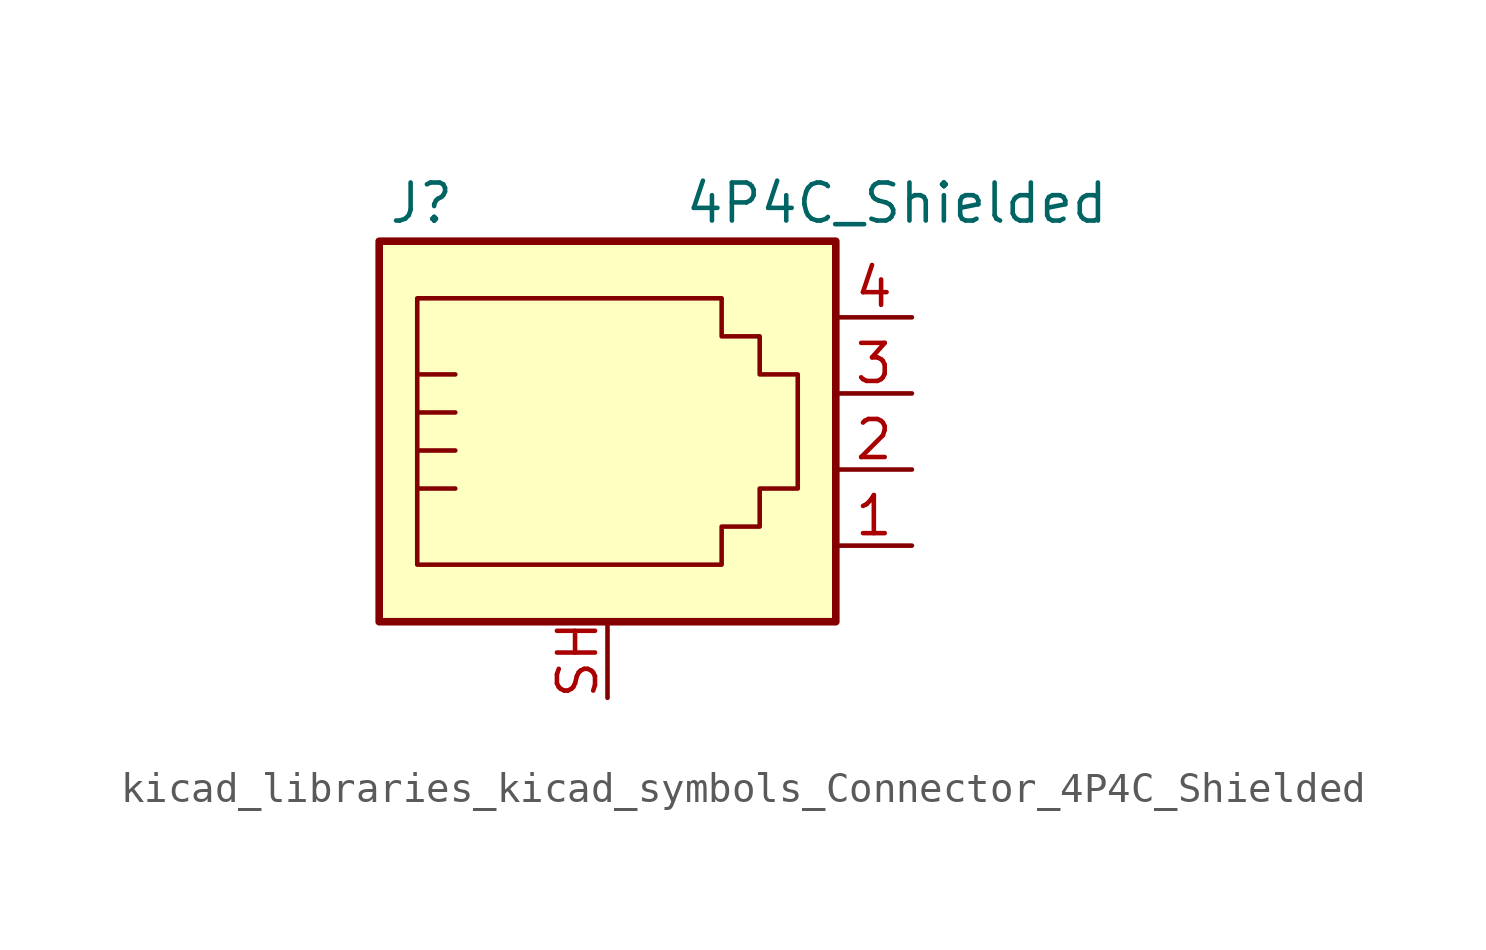
<source format=kicad_sym>
(kicad_symbol_lib
  (version 20220914)
  (generator kicad_symbol_editor)
  (symbol "kicad_libraries_kicad_symbols_Connector_4P4C_Shielded"
    (pin_names
      (offset 1.016))
    (property "Reference" "J"
      (at -5.08 8.89 0)
      (effects (font (size 1.27 1.27)) (justify right)))
    (property "Value" "4P4C_Shielded"
      (at 2.54 8.89 0)
      (effects (font (size 1.27 1.27)) (justify left)))
    (symbol "kicad_libraries_kicad_symbols_Connector_4P4C_Shielded_0_1"
      (polyline (pts (xy -6.35 -0.635) (xy -5.08 -0.635) (xy -5.08 -0.635)) (stroke (width 0) (type default)) (fill (type none)))
      (polyline (pts (xy -6.35 0.635) (xy -5.08 0.635) (xy -5.08 0.635)) (stroke (width 0) (type default)) (fill (type none)))
      (polyline (pts (xy -6.35 1.905) (xy -5.08 1.905) (xy -5.08 1.905)) (stroke (width 0) (type default)) (fill (type none)))
      (polyline (pts (xy -6.35 3.175) (xy -5.08 3.175) (xy -5.08 3.175)) (stroke (width 0) (type default)) (fill (type none)))
      (polyline (pts (xy -6.35 -3.175) (xy -6.35 5.715) (xy -1.27 5.715) (xy 3.81 5.715) (xy 3.81 4.445) (xy 5.08 4.445) (xy 5.08 3.175) (xy 6.35 3.175) (xy 6.35 -0.635) (xy 5.08 -0.635) (xy 5.08 -1.905) (xy 3.81 -1.905) (xy 3.81 -3.175) (xy -6.35 -3.175) (xy -6.35 -3.175)) (stroke (width 0) (type default)) (fill (type none)))
      (rectangle (start 7.62 7.62) (end -7.62 -5.08) (stroke (width 0.254) (type default)) (fill (type background))))
    (symbol "kicad_libraries_kicad_symbols_Connector_4P4C_Shielded_1_1"
      (pin passive line (at 10.16 -2.54 180) (length 2.54) (name "~" (effects (font (size 1.27 1.27)))) (number "1" (effects (font (size 1.27 1.27)))))
      (pin passive line (at 10.16 0 180) (length 2.54) (name "~" (effects (font (size 1.27 1.27)))) (number "2" (effects (font (size 1.27 1.27)))))
      (pin passive line (at 10.16 2.54 180) (length 2.54) (name "~" (effects (font (size 1.27 1.27)))) (number "3" (effects (font (size 1.27 1.27)))))
      (pin passive line (at 10.16 5.08 180) (length 2.54) (name "~" (effects (font (size 1.27 1.27)))) (number "4" (effects (font (size 1.27 1.27)))))
      (pin passive line (at 0 -7.62 90) (length 2.54) (name "~" (effects (font (size 1.27 1.27)))) (number "SH" (effects (font (size 1.27 1.27))))))))
</source>
